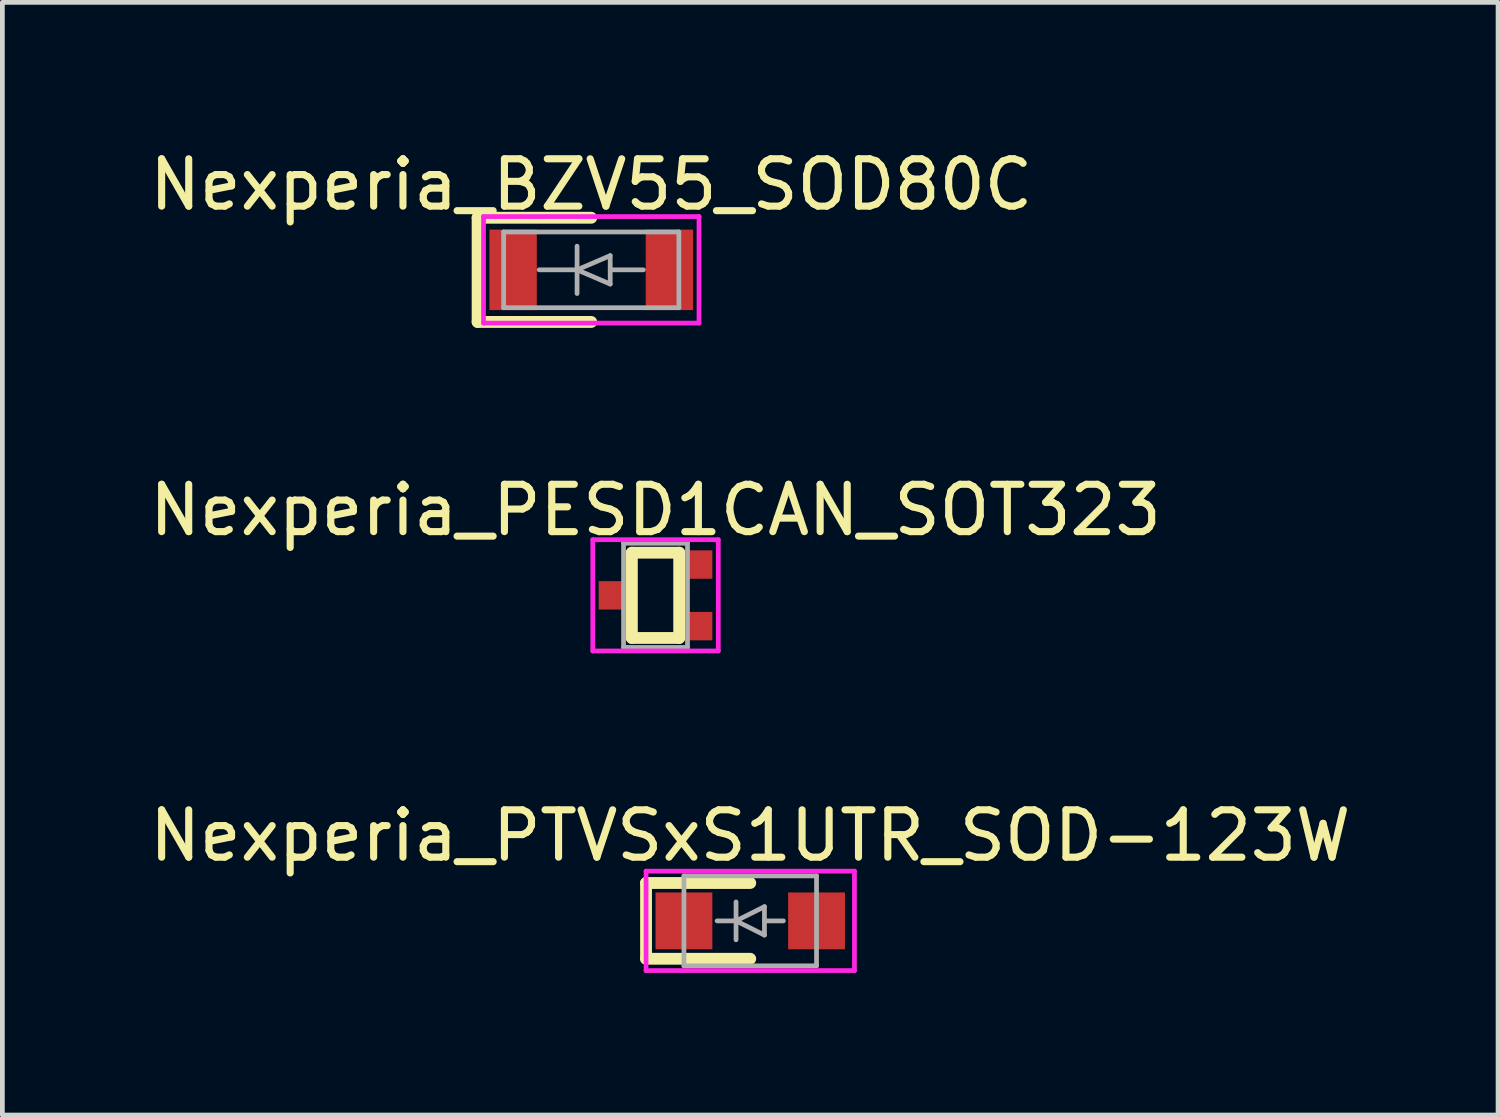
<source format=kicad_pcb>
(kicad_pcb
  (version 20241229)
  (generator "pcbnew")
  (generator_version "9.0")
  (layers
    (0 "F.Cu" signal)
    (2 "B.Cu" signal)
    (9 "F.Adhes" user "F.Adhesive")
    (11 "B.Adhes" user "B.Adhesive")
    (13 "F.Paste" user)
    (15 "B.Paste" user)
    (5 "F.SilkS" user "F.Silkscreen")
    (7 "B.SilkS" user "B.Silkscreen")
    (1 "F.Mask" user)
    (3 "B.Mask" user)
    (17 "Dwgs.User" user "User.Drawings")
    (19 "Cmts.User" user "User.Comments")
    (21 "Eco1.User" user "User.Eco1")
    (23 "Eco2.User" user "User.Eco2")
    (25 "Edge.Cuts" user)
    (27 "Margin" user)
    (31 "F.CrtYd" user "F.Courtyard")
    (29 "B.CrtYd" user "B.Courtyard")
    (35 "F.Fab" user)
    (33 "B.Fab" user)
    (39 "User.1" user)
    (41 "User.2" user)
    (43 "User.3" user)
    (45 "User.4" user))
  (footprint "Nexperia_PTVSxS1UTR_SOD-123W"
    (layer "F.Cu")
    (at 12.792 16.395)
    (property "Reference" "Nexperia_PTVSxS1UTR_SOD-123W" (at 0 -1.8 0) (layer "F.SilkS") (effects (font (size 1 1) (thickness 0.15))))
    (attr through_hole)
    (fp_line (start -2.2 -0.8) (end -2.2 0.8) (stroke (width 0.25) (type solid)) (layer "F.SilkS"))
    (fp_line (start -2.2 0.8) (end 0 0.8) (stroke (width 0.25) (type solid)) (layer "F.SilkS"))
    (fp_line (start 0 -0.8) (end -2.2 -0.8) (stroke (width 0.25) (type solid)) (layer "F.SilkS"))
    (fp_line (start -2.2 -1.05) (end 2.2 -1.05) (stroke (width 0.1) (type solid)) (layer "F.CrtYd"))
    (fp_line (start -2.2 1.05) (end -2.2 -1.05) (stroke (width 0.1) (type solid)) (layer "F.CrtYd"))
    (fp_line (start 2.2 -1.05) (end 2.2 1.05) (stroke (width 0.1) (type solid)) (layer "F.CrtYd"))
    (fp_line (start 2.2 1.05) (end -2.2 1.05) (stroke (width 0.1) (type solid)) (layer "F.CrtYd"))
    (fp_line (start -1.4 -0.95) (end 1.4 -0.95) (stroke (width 0.1) (type solid)) (layer "F.Fab"))
    (fp_line (start -1.4 0.95) (end -1.4 -0.95) (stroke (width 0.1) (type solid)) (layer "F.Fab"))
    (fp_line (start -0.3 0) (end -0.7 0) (stroke (width 0.1) (type solid)) (layer "F.Fab"))
    (fp_line (start -0.3 0) (end 0.3 0.3) (stroke (width 0.1) (type solid)) (layer "F.Fab"))
    (fp_line (start -0.3 0.4) (end -0.3 -0.4) (stroke (width 0.1) (type solid)) (layer "F.Fab"))
    (fp_line (start 0.3 -0.3) (end -0.3 0) (stroke (width 0.1) (type solid)) (layer "F.Fab"))
    (fp_line (start 0.3 0) (end 0.7 0) (stroke (width 0.1) (type solid)) (layer "F.Fab"))
    (fp_line (start 0.3 0.3) (end 0.3 -0.3) (stroke (width 0.1) (type solid)) (layer "F.Fab"))
    (fp_line (start 1.4 -0.95) (end 1.4 0.95) (stroke (width 0.1) (type solid)) (layer "F.Fab"))
    (fp_line (start 1.4 0.95) (end -1.4 0.95) (stroke (width 0.1) (type solid)) (layer "F.Fab"))
    (pad "1" smd rect (at -1.4 0) (size 1.2 1.2) (layers "F.Cu" "F.Mask" "F.Paste"))
    (pad "2" smd rect (at 1.4 0) (size 1.2 1.2) (layers "F.Cu" "F.Mask" "F.Paste")))
  (footprint "Nexperia_BZV55_SOD80C"
    (layer "F.Cu")
    (at 9.435 2.648)
    (property "Reference" "Nexperia_BZV55_SOD80C" (at 0 -1.8 0) (layer "F.SilkS") (effects (font (size 1 1) (thickness 0.15))))
    (attr through_hole)
    (fp_line (start -2.4 -1.1) (end -2.4 1.1) (stroke (width 0.25) (type solid)) (layer "F.SilkS"))
    (fp_line (start -2.4 1.1) (end 0 1.1) (stroke (width 0.25) (type solid)) (layer "F.SilkS"))
    (fp_line (start 0 -1.1) (end -2.4 -1.1) (stroke (width 0.25) (type solid)) (layer "F.SilkS"))
    (fp_line (start -2.275 -1.125) (end 2.275 -1.125) (stroke (width 0.1) (type solid)) (layer "F.CrtYd"))
    (fp_line (start -2.275 1.125) (end -2.275 -1.125) (stroke (width 0.1) (type solid)) (layer "F.CrtYd"))
    (fp_line (start 2.275 -1.125) (end 2.275 1.125) (stroke (width 0.1) (type solid)) (layer "F.CrtYd"))
    (fp_line (start 2.275 1.125) (end -2.275 1.125) (stroke (width 0.1) (type solid)) (layer "F.CrtYd"))
    (fp_line (start -1.85 -0.8) (end 1.85 -0.8) (stroke (width 0.1) (type solid)) (layer "F.Fab"))
    (fp_line (start -1.85 0.8) (end -1.85 -0.8) (stroke (width 0.1) (type solid)) (layer "F.Fab"))
    (fp_line (start -0.3 0) (end -1.1 0) (stroke (width 0.1) (type solid)) (layer "F.Fab"))
    (fp_line (start -0.3 0) (end 0.4 0.3) (stroke (width 0.1) (type solid)) (layer "F.Fab"))
    (fp_line (start -0.3 0.5) (end -0.3 -0.5) (stroke (width 0.1) (type solid)) (layer "F.Fab"))
    (fp_line (start 0.4 -0.3) (end -0.3 0) (stroke (width 0.1) (type solid)) (layer "F.Fab"))
    (fp_line (start 0.4 0) (end 1.1 0) (stroke (width 0.1) (type solid)) (layer "F.Fab"))
    (fp_line (start 0.4 0.3) (end 0.4 -0.3) (stroke (width 0.1) (type solid)) (layer "F.Fab"))
    (fp_line (start 1.85 -0.8) (end 1.85 0.8) (stroke (width 0.1) (type solid)) (layer "F.Fab"))
    (fp_line (start 1.85 0.8) (end -1.85 0.8) (stroke (width 0.1) (type solid)) (layer "F.Fab"))
    (pad "1" smd rect (at -1.65 0) (size 1 1.7) (layers "F.Cu" "F.Mask" "F.Paste"))
    (pad "2" smd rect (at 1.65 0) (size 1 1.7) (layers "F.Cu" "F.Mask" "F.Paste")))
  (footprint "Nexperia_PESD1CAN_SOT323"
    (layer "F.Cu")
    (at 10.792 9.521)
    (property "Reference" "Nexperia_PESD1CAN_SOT323" (at 0 -1.8 0) (layer "F.SilkS") (effects (font (size 1 1) (thickness 0.15))))
    (attr through_hole)
    (fp_line (start -0.5 -0.9) (end 0.5 -0.9) (stroke (width 0.25) (type solid)) (layer "F.SilkS"))
    (fp_line (start -0.5 0.9) (end -0.5 -0.9) (stroke (width 0.25) (type solid)) (layer "F.SilkS"))
    (fp_line (start 0.5 -0.9) (end 0.5 0.9) (stroke (width 0.25) (type solid)) (layer "F.SilkS"))
    (fp_line (start 0.5 0.9) (end -0.5 0.9) (stroke (width 0.25) (type solid)) (layer "F.SilkS"))
    (fp_line (start -1.325 -1.175) (end 1.325 -1.175) (stroke (width 0.1) (type solid)) (layer "F.CrtYd"))
    (fp_line (start -1.325 1.175) (end -1.325 -1.175) (stroke (width 0.1) (type solid)) (layer "F.CrtYd"))
    (fp_line (start 1.325 -1.175) (end 1.325 1.175) (stroke (width 0.1) (type solid)) (layer "F.CrtYd"))
    (fp_line (start 1.325 1.175) (end -1.325 1.175) (stroke (width 0.1) (type solid)) (layer "F.CrtYd"))
    (fp_line (start -0.675 -1.1) (end 0.675 -1.1) (stroke (width 0.1) (type solid)) (layer "F.Fab"))
    (fp_line (start -0.675 1.1) (end -0.675 -1.1) (stroke (width 0.1) (type solid)) (layer "F.Fab"))
    (fp_line (start 0.675 -1.1) (end 0.675 1.1) (stroke (width 0.1) (type solid)) (layer "F.Fab"))
    (fp_line (start 0.675 1.1) (end -0.675 1.1) (stroke (width 0.1) (type solid)) (layer "F.Fab"))
    (pad "1" smd rect (at 0.925 0.65) (size 0.55 0.6) (layers "F.Cu" "F.Mask" "F.Paste"))
    (pad "2" smd rect (at 0.925 -0.65) (size 0.55 0.6) (layers "F.Cu" "F.Mask" "F.Paste"))
    (pad "3" smd rect (at -0.925 0) (size 0.55 0.6) (layers "F.Cu" "F.Mask" "F.Paste")))
  (gr_rect
    (start -3 -3)
    (end 28.583 20.495)
    (stroke (width 0.1) (type default))
    (fill no)
    (layer "Edge.Cuts")))
</source>
